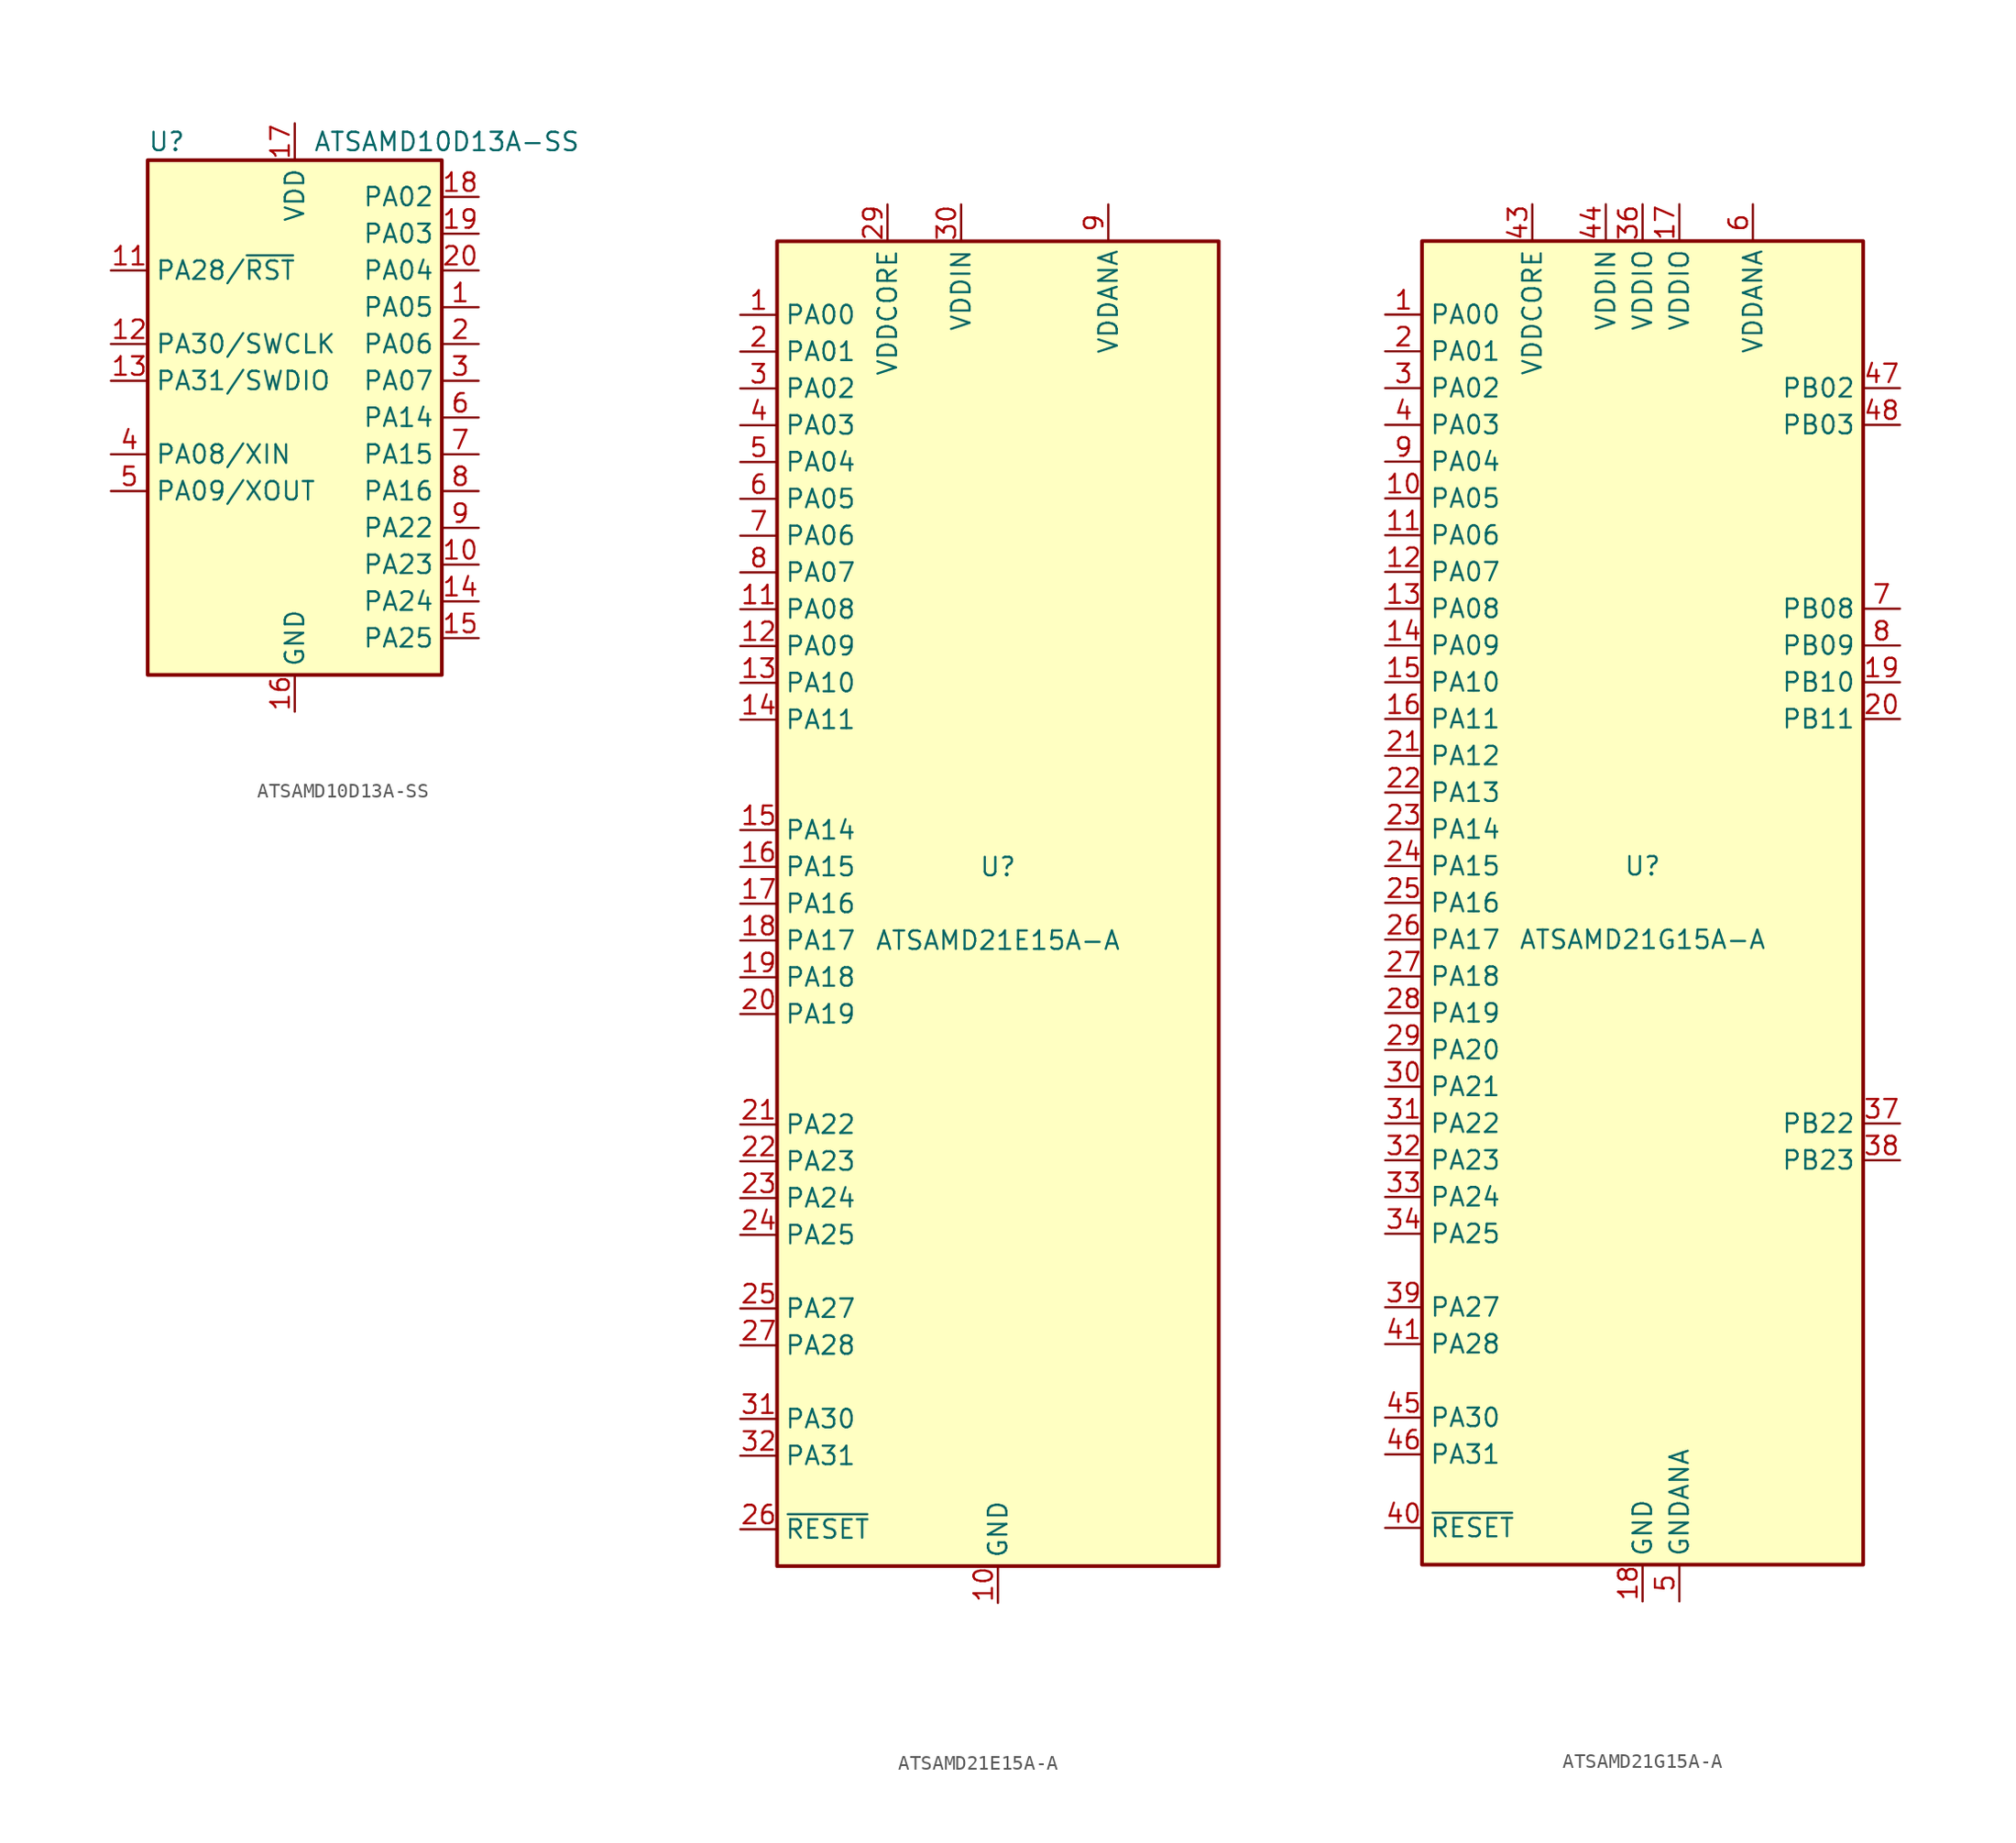
<source format=kicad_sym>
(kicad_symbol_lib
  (version 20231120)
  (generator "kicad_symbol_editor")
  (generator_version "8.0")
  (symbol "ATSAMD10D13A-SS"
    (property "Reference" "U"
      (at -10.16 19.05 0)
      (effects (font (size 1.27 1.27)) (justify left)))
    (property "Value" "ATSAMD10D13A-SS"
      (at 1.27 19.05 0)
      (effects (font (size 1.27 1.27)) (justify left)))
    (symbol "ATSAMD10D13A-SS_0_1"
      (rectangle (start -10.16 17.78) (end 10.16 -17.78) (stroke (width 0.254) (type default)) (fill (type background))))
    (symbol "ATSAMD10D13A-SS_1_1"
      (pin bidirectional line (at 12.7 7.62 180) (length 2.54) (name "PA05" (effects (font (size 1.27 1.27)))) (number "1" (effects (font (size 1.27 1.27)))))
      (pin bidirectional line (at 12.7 -10.16 180) (length 2.54) (name "PA23" (effects (font (size 1.27 1.27)))) (number "10" (effects (font (size 1.27 1.27)))))
      (pin bidirectional line (at -12.7 10.16 0) (length 2.54) (name "PA28/~{RST}" (effects (font (size 1.27 1.27)))) (number "11" (effects (font (size 1.27 1.27)))))
      (pin bidirectional line (at -12.7 5.08 0) (length 2.54) (name "PA30/SWCLK" (effects (font (size 1.27 1.27)))) (number "12" (effects (font (size 1.27 1.27)))))
      (pin bidirectional line (at -12.7 2.54 0) (length 2.54) (name "PA31/SWDIO" (effects (font (size 1.27 1.27)))) (number "13" (effects (font (size 1.27 1.27)))))
      (pin bidirectional line (at 12.7 -12.7 180) (length 2.54) (name "PA24" (effects (font (size 1.27 1.27)))) (number "14" (effects (font (size 1.27 1.27)))))
      (pin bidirectional line (at 12.7 -15.24 180) (length 2.54) (name "PA25" (effects (font (size 1.27 1.27)))) (number "15" (effects (font (size 1.27 1.27)))))
      (pin power_in line (at 0 -20.32 90) (length 2.54) (name "GND" (effects (font (size 1.27 1.27)))) (number "16" (effects (font (size 1.27 1.27)))))
      (pin power_in line (at 0 20.32 270) (length 2.54) (name "VDD" (effects (font (size 1.27 1.27)))) (number "17" (effects (font (size 1.27 1.27)))))
      (pin bidirectional line (at 12.7 15.24 180) (length 2.54) (name "PA02" (effects (font (size 1.27 1.27)))) (number "18" (effects (font (size 1.27 1.27)))))
      (pin bidirectional line (at 12.7 12.7 180) (length 2.54) (name "PA03" (effects (font (size 1.27 1.27)))) (number "19" (effects (font (size 1.27 1.27)))))
      (pin bidirectional line (at 12.7 5.08 180) (length 2.54) (name "PA06" (effects (font (size 1.27 1.27)))) (number "2" (effects (font (size 1.27 1.27)))))
      (pin bidirectional line (at 12.7 10.16 180) (length 2.54) (name "PA04" (effects (font (size 1.27 1.27)))) (number "20" (effects (font (size 1.27 1.27)))))
      (pin bidirectional line (at 12.7 2.54 180) (length 2.54) (name "PA07" (effects (font (size 1.27 1.27)))) (number "3" (effects (font (size 1.27 1.27)))))
      (pin bidirectional line (at -12.7 -2.54 0) (length 2.54) (name "PA08/XIN" (effects (font (size 1.27 1.27)))) (number "4" (effects (font (size 1.27 1.27)))))
      (pin bidirectional line (at -12.7 -5.08 0) (length 2.54) (name "PA09/XOUT" (effects (font (size 1.27 1.27)))) (number "5" (effects (font (size 1.27 1.27)))))
      (pin bidirectional line (at 12.7 0 180) (length 2.54) (name "PA14" (effects (font (size 1.27 1.27)))) (number "6" (effects (font (size 1.27 1.27)))))
      (pin bidirectional line (at 12.7 -2.54 180) (length 2.54) (name "PA15" (effects (font (size 1.27 1.27)))) (number "7" (effects (font (size 1.27 1.27)))))
      (pin bidirectional line (at 12.7 -5.08 180) (length 2.54) (name "PA16" (effects (font (size 1.27 1.27)))) (number "8" (effects (font (size 1.27 1.27)))))
      (pin bidirectional line (at 12.7 -7.62 180) (length 2.54) (name "PA22" (effects (font (size 1.27 1.27)))) (number "9" (effects (font (size 1.27 1.27)))))))
  (symbol "ATSAMD21E15A-A"
    (property "Reference" "U"
      (at 0 2.54 0)
      (effects (font (size 1.27 1.27))))
    (property "Value" "ATSAMD21E15A-A"
      (at 0 -2.54 0)
      (effects (font (size 1.27 1.27))))
    (symbol "ATSAMD21E15A-A_1_1"
      (rectangle (start -15.24 45.72) (end 15.24 -45.72) (stroke (width 0.254) (type default)) (fill (type background)))
      (pin bidirectional line (at -17.78 40.64 0) (length 2.54) (name "PA00" (effects (font (size 1.27 1.27)))) (number "1" (effects (font (size 1.27 1.27)))))
      (pin power_in line (at 0 -48.26 90) (length 2.54) (name "GND" (effects (font (size 1.27 1.27)))) (number "10" (effects (font (size 1.27 1.27)))))
      (pin bidirectional line (at -17.78 20.32 0) (length 2.54) (name "PA08" (effects (font (size 1.27 1.27)))) (number "11" (effects (font (size 1.27 1.27)))))
      (pin bidirectional line (at -17.78 17.78 0) (length 2.54) (name "PA09" (effects (font (size 1.27 1.27)))) (number "12" (effects (font (size 1.27 1.27)))))
      (pin bidirectional line (at -17.78 15.24 0) (length 2.54) (name "PA10" (effects (font (size 1.27 1.27)))) (number "13" (effects (font (size 1.27 1.27)))))
      (pin bidirectional line (at -17.78 12.7 0) (length 2.54) (name "PA11" (effects (font (size 1.27 1.27)))) (number "14" (effects (font (size 1.27 1.27)))))
      (pin bidirectional line (at -17.78 5.08 0) (length 2.54) (name "PA14" (effects (font (size 1.27 1.27)))) (number "15" (effects (font (size 1.27 1.27)))))
      (pin bidirectional line (at -17.78 2.54 0) (length 2.54) (name "PA15" (effects (font (size 1.27 1.27)))) (number "16" (effects (font (size 1.27 1.27)))))
      (pin bidirectional line (at -17.78 0 0) (length 2.54) (name "PA16" (effects (font (size 1.27 1.27)))) (number "17" (effects (font (size 1.27 1.27)))))
      (pin bidirectional line (at -17.78 -2.54 0) (length 2.54) (name "PA17" (effects (font (size 1.27 1.27)))) (number "18" (effects (font (size 1.27 1.27)))))
      (pin bidirectional line (at -17.78 -5.08 0) (length 2.54) (name "PA18" (effects (font (size 1.27 1.27)))) (number "19" (effects (font (size 1.27 1.27)))))
      (pin bidirectional line (at -17.78 38.1 0) (length 2.54) (name "PA01" (effects (font (size 1.27 1.27)))) (number "2" (effects (font (size 1.27 1.27)))))
      (pin bidirectional line (at -17.78 -7.62 0) (length 2.54) (name "PA19" (effects (font (size 1.27 1.27)))) (number "20" (effects (font (size 1.27 1.27)))))
      (pin bidirectional line (at -17.78 -15.24 0) (length 2.54) (name "PA22" (effects (font (size 1.27 1.27)))) (number "21" (effects (font (size 1.27 1.27)))))
      (pin bidirectional line (at -17.78 -17.78 0) (length 2.54) (name "PA23" (effects (font (size 1.27 1.27)))) (number "22" (effects (font (size 1.27 1.27)))))
      (pin bidirectional line (at -17.78 -20.32 0) (length 2.54) (name "PA24" (effects (font (size 1.27 1.27)))) (number "23" (effects (font (size 1.27 1.27)))))
      (pin bidirectional line (at -17.78 -22.86 0) (length 2.54) (name "PA25" (effects (font (size 1.27 1.27)))) (number "24" (effects (font (size 1.27 1.27)))))
      (pin bidirectional line (at -17.78 -27.94 0) (length 2.54) (name "PA27" (effects (font (size 1.27 1.27)))) (number "25" (effects (font (size 1.27 1.27)))))
      (pin input line (at -17.78 -43.18 0) (length 2.54) (name "~{RESET}" (effects (font (size 1.27 1.27)))) (number "26" (effects (font (size 1.27 1.27)))))
      (pin bidirectional line (at -17.78 -30.48 0) (length 2.54) (name "PA28" (effects (font (size 1.27 1.27)))) (number "27" (effects (font (size 1.27 1.27)))))
      (pin passive line (at 0 -48.26 90) (length 2.54) hide (name "GND" (effects (font (size 1.27 1.27)))) (number "28" (effects (font (size 1.27 1.27)))))
      (pin power_out line (at -7.62 48.26 270) (length 2.54) (name "VDDCORE" (effects (font (size 1.27 1.27)))) (number "29" (effects (font (size 1.27 1.27)))))
      (pin bidirectional line (at -17.78 35.56 0) (length 2.54) (name "PA02" (effects (font (size 1.27 1.27)))) (number "3" (effects (font (size 1.27 1.27)))))
      (pin power_in line (at -2.54 48.26 270) (length 2.54) (name "VDDIN" (effects (font (size 1.27 1.27)))) (number "30" (effects (font (size 1.27 1.27)))))
      (pin bidirectional line (at -17.78 -35.56 0) (length 2.54) (name "PA30" (effects (font (size 1.27 1.27)))) (number "31" (effects (font (size 1.27 1.27)))))
      (pin bidirectional line (at -17.78 -38.1 0) (length 2.54) (name "PA31" (effects (font (size 1.27 1.27)))) (number "32" (effects (font (size 1.27 1.27)))))
      (pin bidirectional line (at -17.78 33.02 0) (length 2.54) (name "PA03" (effects (font (size 1.27 1.27)))) (number "4" (effects (font (size 1.27 1.27)))))
      (pin bidirectional line (at -17.78 30.48 0) (length 2.54) (name "PA04" (effects (font (size 1.27 1.27)))) (number "5" (effects (font (size 1.27 1.27)))))
      (pin bidirectional line (at -17.78 27.94 0) (length 2.54) (name "PA05" (effects (font (size 1.27 1.27)))) (number "6" (effects (font (size 1.27 1.27)))))
      (pin bidirectional line (at -17.78 25.4 0) (length 2.54) (name "PA06" (effects (font (size 1.27 1.27)))) (number "7" (effects (font (size 1.27 1.27)))))
      (pin bidirectional line (at -17.78 22.86 0) (length 2.54) (name "PA07" (effects (font (size 1.27 1.27)))) (number "8" (effects (font (size 1.27 1.27)))))
      (pin power_in line (at 7.62 48.26 270) (length 2.54) (name "VDDANA" (effects (font (size 1.27 1.27)))) (number "9" (effects (font (size 1.27 1.27)))))))
  (symbol "ATSAMD21G15A-A"
    (property "Reference" "U"
      (at 0 2.54 0)
      (effects (font (size 1.27 1.27))))
    (property "Value" "ATSAMD21G15A-A"
      (at 0 -2.54 0)
      (effects (font (size 1.27 1.27))))
    (symbol "ATSAMD21G15A-A_0_1"
      (rectangle (start -15.24 45.72) (end 15.24 -45.72) (stroke (width 0.254) (type default)) (fill (type background))))
    (symbol "ATSAMD21G15A-A_1_1"
      (pin bidirectional line (at -17.78 40.64 0) (length 2.54) (name "PA00" (effects (font (size 1.27 1.27)))) (number "1" (effects (font (size 1.27 1.27)))))
      (pin bidirectional line (at -17.78 27.94 0) (length 2.54) (name "PA05" (effects (font (size 1.27 1.27)))) (number "10" (effects (font (size 1.27 1.27)))))
      (pin bidirectional line (at -17.78 25.4 0) (length 2.54) (name "PA06" (effects (font (size 1.27 1.27)))) (number "11" (effects (font (size 1.27 1.27)))))
      (pin bidirectional line (at -17.78 22.86 0) (length 2.54) (name "PA07" (effects (font (size 1.27 1.27)))) (number "12" (effects (font (size 1.27 1.27)))))
      (pin bidirectional line (at -17.78 20.32 0) (length 2.54) (name "PA08" (effects (font (size 1.27 1.27)))) (number "13" (effects (font (size 1.27 1.27)))))
      (pin bidirectional line (at -17.78 17.78 0) (length 2.54) (name "PA09" (effects (font (size 1.27 1.27)))) (number "14" (effects (font (size 1.27 1.27)))))
      (pin bidirectional line (at -17.78 15.24 0) (length 2.54) (name "PA10" (effects (font (size 1.27 1.27)))) (number "15" (effects (font (size 1.27 1.27)))))
      (pin bidirectional line (at -17.78 12.7 0) (length 2.54) (name "PA11" (effects (font (size 1.27 1.27)))) (number "16" (effects (font (size 1.27 1.27)))))
      (pin power_in line (at 2.54 48.26 270) (length 2.54) (name "VDDIO" (effects (font (size 1.27 1.27)))) (number "17" (effects (font (size 1.27 1.27)))))
      (pin power_in line (at 0 -48.26 90) (length 2.54) (name "GND" (effects (font (size 1.27 1.27)))) (number "18" (effects (font (size 1.27 1.27)))))
      (pin bidirectional line (at 17.78 15.24 180) (length 2.54) (name "PB10" (effects (font (size 1.27 1.27)))) (number "19" (effects (font (size 1.27 1.27)))))
      (pin bidirectional line (at -17.78 38.1 0) (length 2.54) (name "PA01" (effects (font (size 1.27 1.27)))) (number "2" (effects (font (size 1.27 1.27)))))
      (pin bidirectional line (at 17.78 12.7 180) (length 2.54) (name "PB11" (effects (font (size 1.27 1.27)))) (number "20" (effects (font (size 1.27 1.27)))))
      (pin bidirectional line (at -17.78 10.16 0) (length 2.54) (name "PA12" (effects (font (size 1.27 1.27)))) (number "21" (effects (font (size 1.27 1.27)))))
      (pin bidirectional line (at -17.78 7.62 0) (length 2.54) (name "PA13" (effects (font (size 1.27 1.27)))) (number "22" (effects (font (size 1.27 1.27)))))
      (pin bidirectional line (at -17.78 5.08 0) (length 2.54) (name "PA14" (effects (font (size 1.27 1.27)))) (number "23" (effects (font (size 1.27 1.27)))))
      (pin bidirectional line (at -17.78 2.54 0) (length 2.54) (name "PA15" (effects (font (size 1.27 1.27)))) (number "24" (effects (font (size 1.27 1.27)))))
      (pin bidirectional line (at -17.78 0 0) (length 2.54) (name "PA16" (effects (font (size 1.27 1.27)))) (number "25" (effects (font (size 1.27 1.27)))))
      (pin bidirectional line (at -17.78 -2.54 0) (length 2.54) (name "PA17" (effects (font (size 1.27 1.27)))) (number "26" (effects (font (size 1.27 1.27)))))
      (pin bidirectional line (at -17.78 -5.08 0) (length 2.54) (name "PA18" (effects (font (size 1.27 1.27)))) (number "27" (effects (font (size 1.27 1.27)))))
      (pin bidirectional line (at -17.78 -7.62 0) (length 2.54) (name "PA19" (effects (font (size 1.27 1.27)))) (number "28" (effects (font (size 1.27 1.27)))))
      (pin bidirectional line (at -17.78 -10.16 0) (length 2.54) (name "PA20" (effects (font (size 1.27 1.27)))) (number "29" (effects (font (size 1.27 1.27)))))
      (pin bidirectional line (at -17.78 35.56 0) (length 2.54) (name "PA02" (effects (font (size 1.27 1.27)))) (number "3" (effects (font (size 1.27 1.27)))))
      (pin bidirectional line (at -17.78 -12.7 0) (length 2.54) (name "PA21" (effects (font (size 1.27 1.27)))) (number "30" (effects (font (size 1.27 1.27)))))
      (pin bidirectional line (at -17.78 -15.24 0) (length 2.54) (name "PA22" (effects (font (size 1.27 1.27)))) (number "31" (effects (font (size 1.27 1.27)))))
      (pin bidirectional line (at -17.78 -17.78 0) (length 2.54) (name "PA23" (effects (font (size 1.27 1.27)))) (number "32" (effects (font (size 1.27 1.27)))))
      (pin bidirectional line (at -17.78 -20.32 0) (length 2.54) (name "PA24" (effects (font (size 1.27 1.27)))) (number "33" (effects (font (size 1.27 1.27)))))
      (pin bidirectional line (at -17.78 -22.86 0) (length 2.54) (name "PA25" (effects (font (size 1.27 1.27)))) (number "34" (effects (font (size 1.27 1.27)))))
      (pin passive line (at 0 -48.26 90) (length 2.54) hide (name "GND" (effects (font (size 1.27 1.27)))) (number "35" (effects (font (size 1.27 1.27)))))
      (pin power_in line (at 0 48.26 270) (length 2.54) (name "VDDIO" (effects (font (size 1.27 1.27)))) (number "36" (effects (font (size 1.27 1.27)))))
      (pin bidirectional line (at 17.78 -15.24 180) (length 2.54) (name "PB22" (effects (font (size 1.27 1.27)))) (number "37" (effects (font (size 1.27 1.27)))))
      (pin bidirectional line (at 17.78 -17.78 180) (length 2.54) (name "PB23" (effects (font (size 1.27 1.27)))) (number "38" (effects (font (size 1.27 1.27)))))
      (pin bidirectional line (at -17.78 -27.94 0) (length 2.54) (name "PA27" (effects (font (size 1.27 1.27)))) (number "39" (effects (font (size 1.27 1.27)))))
      (pin bidirectional line (at -17.78 33.02 0) (length 2.54) (name "PA03" (effects (font (size 1.27 1.27)))) (number "4" (effects (font (size 1.27 1.27)))))
      (pin input line (at -17.78 -43.18 0) (length 2.54) (name "~{RESET}" (effects (font (size 1.27 1.27)))) (number "40" (effects (font (size 1.27 1.27)))))
      (pin bidirectional line (at -17.78 -30.48 0) (length 2.54) (name "PA28" (effects (font (size 1.27 1.27)))) (number "41" (effects (font (size 1.27 1.27)))))
      (pin passive line (at 0 -48.26 90) (length 2.54) hide (name "GND" (effects (font (size 1.27 1.27)))) (number "42" (effects (font (size 1.27 1.27)))))
      (pin power_out line (at -7.62 48.26 270) (length 2.54) (name "VDDCORE" (effects (font (size 1.27 1.27)))) (number "43" (effects (font (size 1.27 1.27)))))
      (pin power_in line (at -2.54 48.26 270) (length 2.54) (name "VDDIN" (effects (font (size 1.27 1.27)))) (number "44" (effects (font (size 1.27 1.27)))))
      (pin bidirectional line (at -17.78 -35.56 0) (length 2.54) (name "PA30" (effects (font (size 1.27 1.27)))) (number "45" (effects (font (size 1.27 1.27)))))
      (pin bidirectional line (at -17.78 -38.1 0) (length 2.54) (name "PA31" (effects (font (size 1.27 1.27)))) (number "46" (effects (font (size 1.27 1.27)))))
      (pin bidirectional line (at 17.78 35.56 180) (length 2.54) (name "PB02" (effects (font (size 1.27 1.27)))) (number "47" (effects (font (size 1.27 1.27)))))
      (pin bidirectional line (at 17.78 33.02 180) (length 2.54) (name "PB03" (effects (font (size 1.27 1.27)))) (number "48" (effects (font (size 1.27 1.27)))))
      (pin power_in line (at 2.54 -48.26 90) (length 2.54) (name "GNDANA" (effects (font (size 1.27 1.27)))) (number "5" (effects (font (size 1.27 1.27)))))
      (pin power_in line (at 7.62 48.26 270) (length 2.54) (name "VDDANA" (effects (font (size 1.27 1.27)))) (number "6" (effects (font (size 1.27 1.27)))))
      (pin bidirectional line (at 17.78 20.32 180) (length 2.54) (name "PB08" (effects (font (size 1.27 1.27)))) (number "7" (effects (font (size 1.27 1.27)))))
      (pin bidirectional line (at 17.78 17.78 180) (length 2.54) (name "PB09" (effects (font (size 1.27 1.27)))) (number "8" (effects (font (size 1.27 1.27)))))
      (pin bidirectional line (at -17.78 30.48 0) (length 2.54) (name "PA04" (effects (font (size 1.27 1.27)))) (number "9" (effects (font (size 1.27 1.27))))))))
</source>
